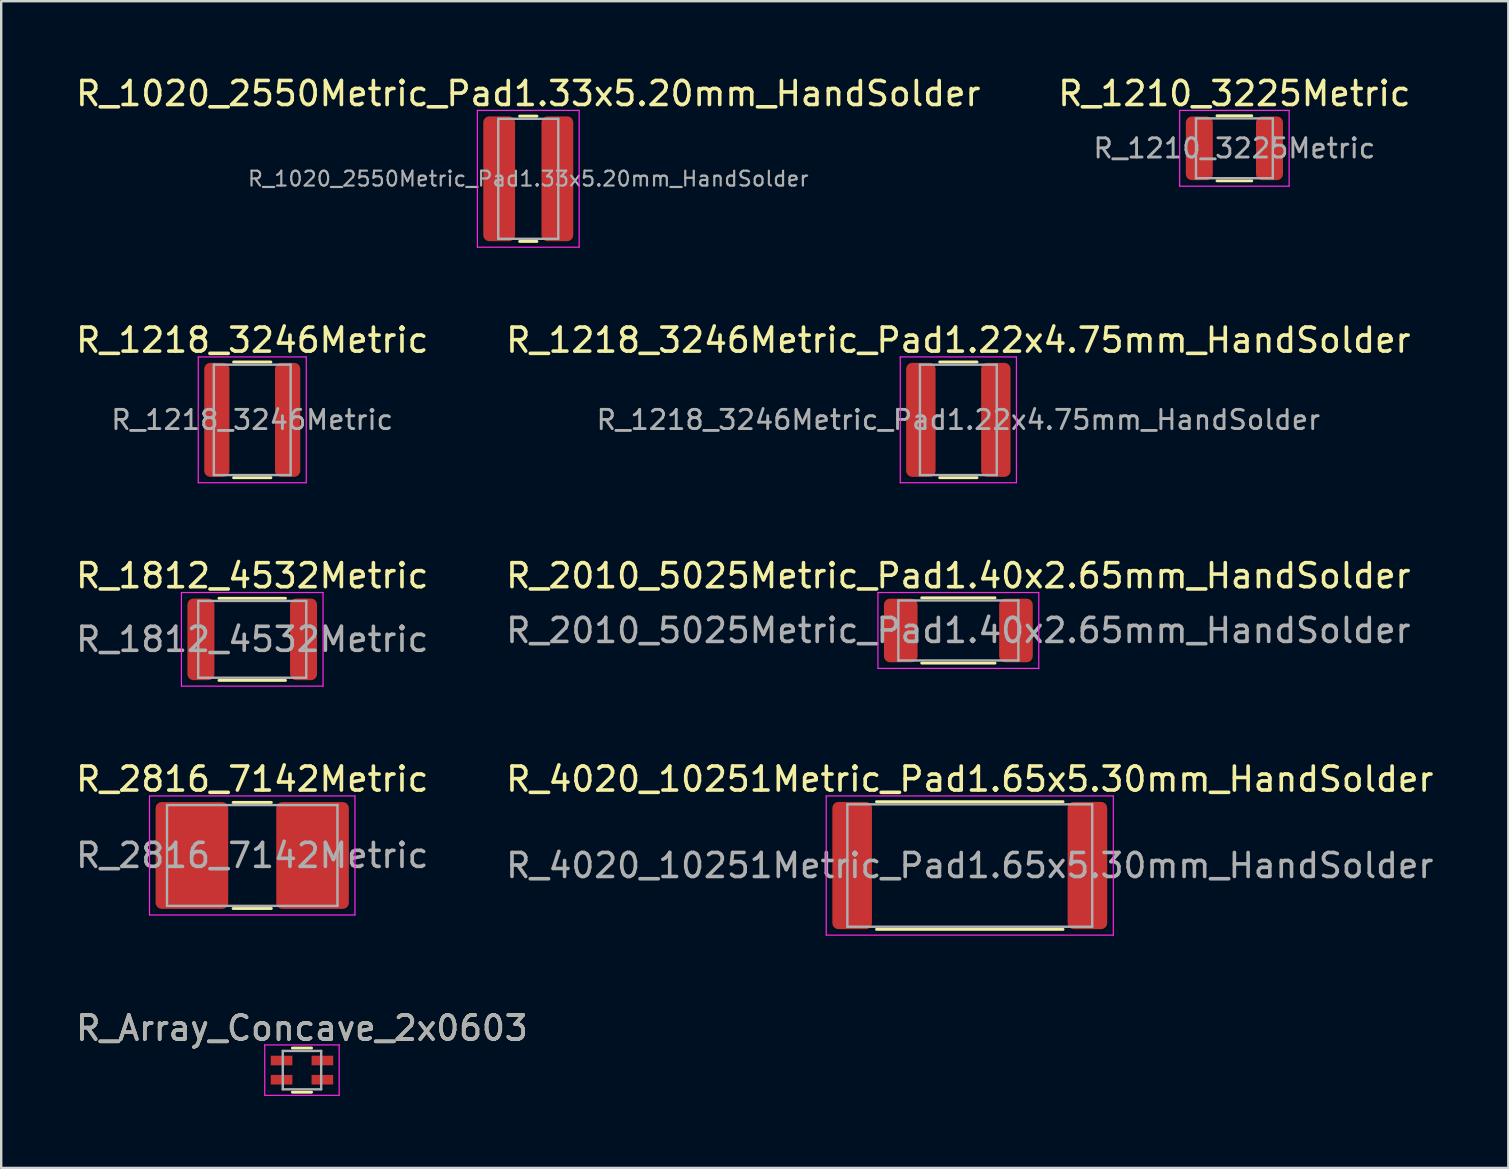
<source format=kicad_pcb>
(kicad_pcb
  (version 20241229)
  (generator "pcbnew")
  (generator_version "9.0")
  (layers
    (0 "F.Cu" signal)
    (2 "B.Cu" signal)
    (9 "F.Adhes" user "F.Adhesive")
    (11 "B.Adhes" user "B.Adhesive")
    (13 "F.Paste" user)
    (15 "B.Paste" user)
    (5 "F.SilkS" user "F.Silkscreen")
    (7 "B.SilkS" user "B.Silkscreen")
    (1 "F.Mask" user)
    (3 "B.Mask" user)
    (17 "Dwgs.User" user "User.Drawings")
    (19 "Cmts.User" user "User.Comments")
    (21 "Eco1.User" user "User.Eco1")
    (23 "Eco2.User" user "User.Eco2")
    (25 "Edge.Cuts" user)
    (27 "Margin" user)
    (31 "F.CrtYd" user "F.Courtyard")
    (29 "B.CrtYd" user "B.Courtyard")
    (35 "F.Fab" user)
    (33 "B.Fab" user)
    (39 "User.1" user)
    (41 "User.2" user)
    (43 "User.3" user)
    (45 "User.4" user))
  (footprint "R_1020_2550Metric_Pad1.33x5.20mm_HandSolder"
    (layer "F.Cu")
    (at 18.958 4.398)
    (property "Reference" "R_1020_2550Metric_Pad1.33x5.20mm_HandSolder" (at 0 -3.55 0) (layer "F.SilkS") (effects (font (size 1 1) (thickness 0.15))))
    (attr smd)
    (fp_line (start -0.361 -2.61) (end 0.361 -2.61) (stroke (width 0.12) (type solid)) (layer "F.SilkS"))
    (fp_line (start -0.361 2.61) (end 0.361 2.61) (stroke (width 0.12) (type solid)) (layer "F.SilkS"))
    (fp_line (start -2.12 -2.85) (end 2.12 -2.85) (stroke (width 0.05) (type solid)) (layer "F.CrtYd"))
    (fp_line (start -2.12 2.85) (end -2.12 -2.85) (stroke (width 0.05) (type solid)) (layer "F.CrtYd"))
    (fp_line (start 2.12 -2.85) (end 2.12 2.85) (stroke (width 0.05) (type solid)) (layer "F.CrtYd"))
    (fp_line (start 2.12 2.85) (end -2.12 2.85) (stroke (width 0.05) (type solid)) (layer "F.CrtYd"))
    (fp_line (start -1.25 -2.5) (end 1.25 -2.5) (stroke (width 0.1) (type solid)) (layer "F.Fab"))
    (fp_line (start -1.25 2.5) (end -1.25 -2.5) (stroke (width 0.1) (type solid)) (layer "F.Fab"))
    (fp_line (start 1.25 -2.5) (end 1.25 2.5) (stroke (width 0.1) (type solid)) (layer "F.Fab"))
    (fp_line (start 1.25 2.5) (end -1.25 2.5) (stroke (width 0.1) (type solid)) (layer "F.Fab"))
    (fp_text user "${REFERENCE}" (at 0 0 0) (layer "F.Fab") (effects (font (size 0.62 0.62) (thickness 0.09))))
    (pad "1" smd roundrect (at -1.212 0) (size 1.325 5.2) (layers "F.Cu" "F.Mask" "F.Paste") (roundrect_rratio 0.189))
    (pad "2" smd roundrect (at 1.212 0) (size 1.325 5.2) (layers "F.Cu" "F.Mask" "F.Paste") (roundrect_rratio 0.189)))
  (footprint "R_4020_10251Metric_Pad1.65x5.30mm_HandSolder"
    (layer "F.Cu")
    (at 37.351 33.008)
    (property "Reference" "R_4020_10251Metric_Pad1.65x5.30mm_HandSolder" (at 0 -3.6 0) (layer "F.SilkS") (effects (font (size 1 1) (thickness 0.15))))
    (attr smd)
    (fp_line (start -3.886 -2.66) (end 3.886 -2.66) (stroke (width 0.12) (type solid)) (layer "F.SilkS"))
    (fp_line (start -3.886 2.66) (end 3.886 2.66) (stroke (width 0.12) (type solid)) (layer "F.SilkS"))
    (fp_line (start -5.98 -2.9) (end 5.98 -2.9) (stroke (width 0.05) (type solid)) (layer "F.CrtYd"))
    (fp_line (start -5.98 2.9) (end -5.98 -2.9) (stroke (width 0.05) (type solid)) (layer "F.CrtYd"))
    (fp_line (start 5.98 -2.9) (end 5.98 2.9) (stroke (width 0.05) (type solid)) (layer "F.CrtYd"))
    (fp_line (start 5.98 2.9) (end -5.98 2.9) (stroke (width 0.05) (type solid)) (layer "F.CrtYd"))
    (fp_line (start -5.1 -2.55) (end 5.1 -2.55) (stroke (width 0.1) (type solid)) (layer "F.Fab"))
    (fp_line (start -5.1 2.55) (end -5.1 -2.55) (stroke (width 0.1) (type solid)) (layer "F.Fab"))
    (fp_line (start 5.1 -2.55) (end 5.1 2.55) (stroke (width 0.1) (type solid)) (layer "F.Fab"))
    (fp_line (start 5.1 2.55) (end -5.1 2.55) (stroke (width 0.1) (type solid)) (layer "F.Fab"))
    (fp_text user "${REFERENCE}" (at 0 0 0) (layer "F.Fab") (effects (font (size 1 1) (thickness 0.15))))
    (pad "1" smd roundrect (at -4.9 0) (size 1.65 5.3) (layers "F.Cu" "F.Mask" "F.Paste") (roundrect_rratio 0.152))
    (pad "2" smd roundrect (at 4.9 0) (size 1.65 5.3) (layers "F.Cu" "F.Mask" "F.Paste") (roundrect_rratio 0.152)))
  (footprint "R_1218_3246Metric"
    (layer "F.Cu")
    (at 7.458 14.441)
    (property "Reference" "R_1218_3246Metric" (at 0 -3.32 0) (layer "F.SilkS") (effects (font (size 1 1) (thickness 0.15))))
    (attr smd)
    (fp_line (start -0.777 -2.41) (end 0.777 -2.41) (stroke (width 0.12) (type solid)) (layer "F.SilkS"))
    (fp_line (start -0.777 2.41) (end 0.777 2.41) (stroke (width 0.12) (type solid)) (layer "F.SilkS"))
    (fp_line (start -2.25 -2.62) (end 2.25 -2.62) (stroke (width 0.05) (type solid)) (layer "F.CrtYd"))
    (fp_line (start -2.25 2.62) (end -2.25 -2.62) (stroke (width 0.05) (type solid)) (layer "F.CrtYd"))
    (fp_line (start 2.25 -2.62) (end 2.25 2.62) (stroke (width 0.05) (type solid)) (layer "F.CrtYd"))
    (fp_line (start 2.25 2.62) (end -2.25 2.62) (stroke (width 0.05) (type solid)) (layer "F.CrtYd"))
    (fp_line (start -1.6 -2.3) (end 1.6 -2.3) (stroke (width 0.1) (type solid)) (layer "F.Fab"))
    (fp_line (start -1.6 2.3) (end -1.6 -2.3) (stroke (width 0.1) (type solid)) (layer "F.Fab"))
    (fp_line (start 1.6 -2.3) (end 1.6 2.3) (stroke (width 0.1) (type solid)) (layer "F.Fab"))
    (fp_line (start 1.6 2.3) (end -1.6 2.3) (stroke (width 0.1) (type solid)) (layer "F.Fab"))
    (fp_text user "${REFERENCE}" (at 0 0 0) (layer "F.Fab") (effects (font (size 0.8 0.8) (thickness 0.12))))
    (pad "1" smd roundrect (at -1.475 0) (size 1.05 4.75) (layers "F.Cu" "F.Mask" "F.Paste") (roundrect_rratio 0.238))
    (pad "2" smd roundrect (at 1.475 0) (size 1.05 4.75) (layers "F.Cu" "F.Mask" "F.Paste") (roundrect_rratio 0.238)))
  (footprint "R_2010_5025Metric_Pad1.40x2.65mm_HandSolder"
    (layer "F.Cu")
    (at 36.875 23.215)
    (property "Reference" "R_2010_5025Metric_Pad1.40x2.65mm_HandSolder" (at 0 -2.28 0) (layer "F.SilkS") (effects (font (size 1 1) (thickness 0.15))))
    (attr smd)
    (fp_line (start -1.527 -1.36) (end 1.527 -1.36) (stroke (width 0.12) (type solid)) (layer "F.SilkS"))
    (fp_line (start -1.527 1.36) (end 1.527 1.36) (stroke (width 0.12) (type solid)) (layer "F.SilkS"))
    (fp_line (start -3.35 -1.58) (end 3.35 -1.58) (stroke (width 0.05) (type solid)) (layer "F.CrtYd"))
    (fp_line (start -3.35 1.58) (end -3.35 -1.58) (stroke (width 0.05) (type solid)) (layer "F.CrtYd"))
    (fp_line (start 3.35 -1.58) (end 3.35 1.58) (stroke (width 0.05) (type solid)) (layer "F.CrtYd"))
    (fp_line (start 3.35 1.58) (end -3.35 1.58) (stroke (width 0.05) (type solid)) (layer "F.CrtYd"))
    (fp_line (start -2.5 -1.25) (end 2.5 -1.25) (stroke (width 0.1) (type solid)) (layer "F.Fab"))
    (fp_line (start -2.5 1.25) (end -2.5 -1.25) (stroke (width 0.1) (type solid)) (layer "F.Fab"))
    (fp_line (start 2.5 -1.25) (end 2.5 1.25) (stroke (width 0.1) (type solid)) (layer "F.Fab"))
    (fp_line (start 2.5 1.25) (end -2.5 1.25) (stroke (width 0.1) (type solid)) (layer "F.Fab"))
    (fp_text user "${REFERENCE}" (at 0 0 0) (layer "F.Fab") (effects (font (size 1 1) (thickness 0.15))))
    (pad "1" smd roundrect (at -2.4 0) (size 1.4 2.65) (layers "F.Cu" "F.Mask" "F.Paste") (roundrect_rratio 0.179))
    (pad "2" smd roundrect (at 2.4 0) (size 1.4 2.65) (layers "F.Cu" "F.Mask" "F.Paste") (roundrect_rratio 0.179)))
  (footprint "R_1218_3246Metric_Pad1.22x4.75mm_HandSolder"
    (layer "F.Cu")
    (at 36.875 14.441)
    (property "Reference" "R_1218_3246Metric_Pad1.22x4.75mm_HandSolder" (at 0 -3.32 0) (layer "F.SilkS") (effects (font (size 1 1) (thickness 0.15))))
    (attr smd)
    (fp_line (start -0.777 -2.41) (end 0.777 -2.41) (stroke (width 0.12) (type solid)) (layer "F.SilkS"))
    (fp_line (start -0.777 2.41) (end 0.777 2.41) (stroke (width 0.12) (type solid)) (layer "F.SilkS"))
    (fp_line (start -2.42 -2.62) (end 2.42 -2.62) (stroke (width 0.05) (type solid)) (layer "F.CrtYd"))
    (fp_line (start -2.42 2.62) (end -2.42 -2.62) (stroke (width 0.05) (type solid)) (layer "F.CrtYd"))
    (fp_line (start 2.42 -2.62) (end 2.42 2.62) (stroke (width 0.05) (type solid)) (layer "F.CrtYd"))
    (fp_line (start 2.42 2.62) (end -2.42 2.62) (stroke (width 0.05) (type solid)) (layer "F.CrtYd"))
    (fp_line (start -1.6 -2.3) (end 1.6 -2.3) (stroke (width 0.1) (type solid)) (layer "F.Fab"))
    (fp_line (start -1.6 2.3) (end -1.6 -2.3) (stroke (width 0.1) (type solid)) (layer "F.Fab"))
    (fp_line (start 1.6 -2.3) (end 1.6 2.3) (stroke (width 0.1) (type solid)) (layer "F.Fab"))
    (fp_line (start 1.6 2.3) (end -1.6 2.3) (stroke (width 0.1) (type solid)) (layer "F.Fab"))
    (fp_text user "${REFERENCE}" (at 0 0 0) (layer "F.Fab") (effects (font (size 0.8 0.8) (thickness 0.12))))
    (pad "1" smd roundrect (at -1.562 0) (size 1.225 4.75) (layers "F.Cu" "F.Mask" "F.Paste") (roundrect_rratio 0.204))
    (pad "2" smd roundrect (at 1.562 0) (size 1.225 4.75) (layers "F.Cu" "F.Mask" "F.Paste") (roundrect_rratio 0.204)))
  (footprint "R_Array_Concave_2x0603"
    (layer "F.Cu")
    (at 9.53 41.531)
    (property "Reference" "R_Array_Concave_2x0603" (at 0 -1.75 0) (layer "F.SilkS") (effects (font (size 1 1) (thickness 0.15))))
    (attr smd)
    (fp_line (start 0.4 -0.92) (end -0.4 -0.92) (stroke (width 0.12) (type solid)) (layer "F.SilkS"))
    (fp_line (start 0.4 0.92) (end -0.4 0.92) (stroke (width 0.12) (type solid)) (layer "F.SilkS"))
    (fp_line (start -1.55 -1.05) (end -1.55 1.05) (stroke (width 0.05) (type solid)) (layer "F.CrtYd"))
    (fp_line (start -1.55 -1.05) (end 1.55 -1.05) (stroke (width 0.05) (type solid)) (layer "F.CrtYd"))
    (fp_line (start 1.55 1.05) (end -1.55 1.05) (stroke (width 0.05) (type solid)) (layer "F.CrtYd"))
    (fp_line (start 1.55 1.05) (end 1.55 -1.05) (stroke (width 0.05) (type solid)) (layer "F.CrtYd"))
    (fp_line (start -0.8 -0.8) (end 0.8 -0.8) (stroke (width 0.1) (type solid)) (layer "F.Fab"))
    (fp_line (start -0.8 0.8) (end -0.8 -0.8) (stroke (width 0.1) (type solid)) (layer "F.Fab"))
    (fp_line (start 0.8 -0.8) (end 0.8 0.8) (stroke (width 0.1) (type solid)) (layer "F.Fab"))
    (fp_line (start 0.8 0.8) (end -0.8 0.8) (stroke (width 0.1) (type solid)) (layer "F.Fab"))
    (fp_text user "${REFERENCE}" (at 0 -1.75 0) (layer "F.Fab") (effects (font (size 1 1) (thickness 0.15))))
    (pad "1" smd rect (at -0.85 -0.4) (size 0.9 0.4) (layers "F.Cu" "F.Mask" "F.Paste"))
    (pad "2" smd rect (at -0.85 0.4) (size 0.9 0.4) (layers "F.Cu" "F.Mask" "F.Paste"))
    (pad "3" smd rect (at 0.85 0.4) (size 0.9 0.4) (layers "F.Cu" "F.Mask" "F.Paste"))
    (pad "4" smd rect (at 0.85 -0.4) (size 0.9 0.4) (layers "F.Cu" "F.Mask" "F.Paste")))
  (footprint "R_1210_3225Metric"
    (layer "F.Cu")
    (at 48.375 3.128)
    (property "Reference" "R_1210_3225Metric" (at 0 -2.28 0) (layer "F.SilkS") (effects (font (size 1 1) (thickness 0.15))))
    (attr smd)
    (fp_line (start -0.724 -1.355) (end 0.724 -1.355) (stroke (width 0.12) (type solid)) (layer "F.SilkS"))
    (fp_line (start -0.724 1.355) (end 0.724 1.355) (stroke (width 0.12) (type solid)) (layer "F.SilkS"))
    (fp_line (start -2.28 -1.58) (end 2.28 -1.58) (stroke (width 0.05) (type solid)) (layer "F.CrtYd"))
    (fp_line (start -2.28 1.58) (end -2.28 -1.58) (stroke (width 0.05) (type solid)) (layer "F.CrtYd"))
    (fp_line (start 2.28 -1.58) (end 2.28 1.58) (stroke (width 0.05) (type solid)) (layer "F.CrtYd"))
    (fp_line (start 2.28 1.58) (end -2.28 1.58) (stroke (width 0.05) (type solid)) (layer "F.CrtYd"))
    (fp_line (start -1.6 -1.245) (end 1.6 -1.245) (stroke (width 0.1) (type solid)) (layer "F.Fab"))
    (fp_line (start -1.6 1.245) (end -1.6 -1.245) (stroke (width 0.1) (type solid)) (layer "F.Fab"))
    (fp_line (start 1.6 -1.245) (end 1.6 1.245) (stroke (width 0.1) (type solid)) (layer "F.Fab"))
    (fp_line (start 1.6 1.245) (end -1.6 1.245) (stroke (width 0.1) (type solid)) (layer "F.Fab"))
    (fp_text user "${REFERENCE}" (at 0 0 0) (layer "F.Fab") (effects (font (size 0.8 0.8) (thickness 0.12))))
    (pad "1" smd roundrect (at -1.462 0) (size 1.125 2.65) (layers "F.Cu" "F.Mask" "F.Paste") (roundrect_rratio 0.222))
    (pad "2" smd roundrect (at 1.462 0) (size 1.125 2.65) (layers "F.Cu" "F.Mask" "F.Paste") (roundrect_rratio 0.222)))
  (footprint "R_2816_7142Metric"
    (layer "F.Cu")
    (at 7.458 32.588)
    (property "Reference" "R_2816_7142Metric" (at 0 -3.18 0) (layer "F.SilkS") (effects (font (size 1 1) (thickness 0.15))))
    (attr smd)
    (fp_line (start -0.797 -2.21) (end 0.797 -2.21) (stroke (width 0.12) (type solid)) (layer "F.SilkS"))
    (fp_line (start -0.797 2.21) (end 0.797 2.21) (stroke (width 0.12) (type solid)) (layer "F.SilkS"))
    (fp_line (start -4.28 -2.48) (end 4.28 -2.48) (stroke (width 0.05) (type solid)) (layer "F.CrtYd"))
    (fp_line (start -4.28 2.48) (end -4.28 -2.48) (stroke (width 0.05) (type solid)) (layer "F.CrtYd"))
    (fp_line (start 4.28 -2.48) (end 4.28 2.48) (stroke (width 0.05) (type solid)) (layer "F.CrtYd"))
    (fp_line (start 4.28 2.48) (end -4.28 2.48) (stroke (width 0.05) (type solid)) (layer "F.CrtYd"))
    (fp_line (start -3.55 -2.1) (end 3.55 -2.1) (stroke (width 0.1) (type solid)) (layer "F.Fab"))
    (fp_line (start -3.55 2.1) (end -3.55 -2.1) (stroke (width 0.1) (type solid)) (layer "F.Fab"))
    (fp_line (start 3.55 -2.1) (end 3.55 2.1) (stroke (width 0.1) (type solid)) (layer "F.Fab"))
    (fp_line (start 3.55 2.1) (end -3.55 2.1) (stroke (width 0.1) (type solid)) (layer "F.Fab"))
    (fp_text user "${REFERENCE}" (at 0 0 0) (layer "F.Fab") (effects (font (size 1 1) (thickness 0.15))))
    (pad "1" smd roundrect (at -2.513 0) (size 3.025 4.45) (layers "F.Cu" "F.Mask" "F.Paste") (roundrect_rratio 0.083))
    (pad "2" smd roundrect (at 2.513 0) (size 3.025 4.45) (layers "F.Cu" "F.Mask" "F.Paste") (roundrect_rratio 0.083)))
  (footprint "R_1812_4532Metric"
    (layer "F.Cu")
    (at 7.458 23.585)
    (property "Reference" "R_1812_4532Metric" (at 0 -2.65 0) (layer "F.SilkS") (effects (font (size 1 1) (thickness 0.15))))
    (attr smd)
    (fp_line (start -1.386 -1.71) (end 1.386 -1.71) (stroke (width 0.12) (type solid)) (layer "F.SilkS"))
    (fp_line (start -1.386 1.71) (end 1.386 1.71) (stroke (width 0.12) (type solid)) (layer "F.SilkS"))
    (fp_line (start -2.95 -1.95) (end 2.95 -1.95) (stroke (width 0.05) (type solid)) (layer "F.CrtYd"))
    (fp_line (start -2.95 1.95) (end -2.95 -1.95) (stroke (width 0.05) (type solid)) (layer "F.CrtYd"))
    (fp_line (start 2.95 -1.95) (end 2.95 1.95) (stroke (width 0.05) (type solid)) (layer "F.CrtYd"))
    (fp_line (start 2.95 1.95) (end -2.95 1.95) (stroke (width 0.05) (type solid)) (layer "F.CrtYd"))
    (fp_line (start -2.25 -1.6) (end 2.25 -1.6) (stroke (width 0.1) (type solid)) (layer "F.Fab"))
    (fp_line (start -2.25 1.6) (end -2.25 -1.6) (stroke (width 0.1) (type solid)) (layer "F.Fab"))
    (fp_line (start 2.25 -1.6) (end 2.25 1.6) (stroke (width 0.1) (type solid)) (layer "F.Fab"))
    (fp_line (start 2.25 1.6) (end -2.25 1.6) (stroke (width 0.1) (type solid)) (layer "F.Fab"))
    (fp_text user "${REFERENCE}" (at 0 0 0) (layer "F.Fab") (effects (font (size 1 1) (thickness 0.15))))
    (pad "1" smd roundrect (at -2.138 0) (size 1.125 3.4) (layers "F.Cu" "F.Mask" "F.Paste") (roundrect_rratio 0.222))
    (pad "2" smd roundrect (at 2.138 0) (size 1.125 3.4) (layers "F.Cu" "F.Mask" "F.Paste") (roundrect_rratio 0.222)))
  (gr_rect
    (start -3 -3)
    (end 59.786 45.606)
    (stroke (width 0.1) (type default))
    (fill no)
    (layer "Edge.Cuts")))
</source>
